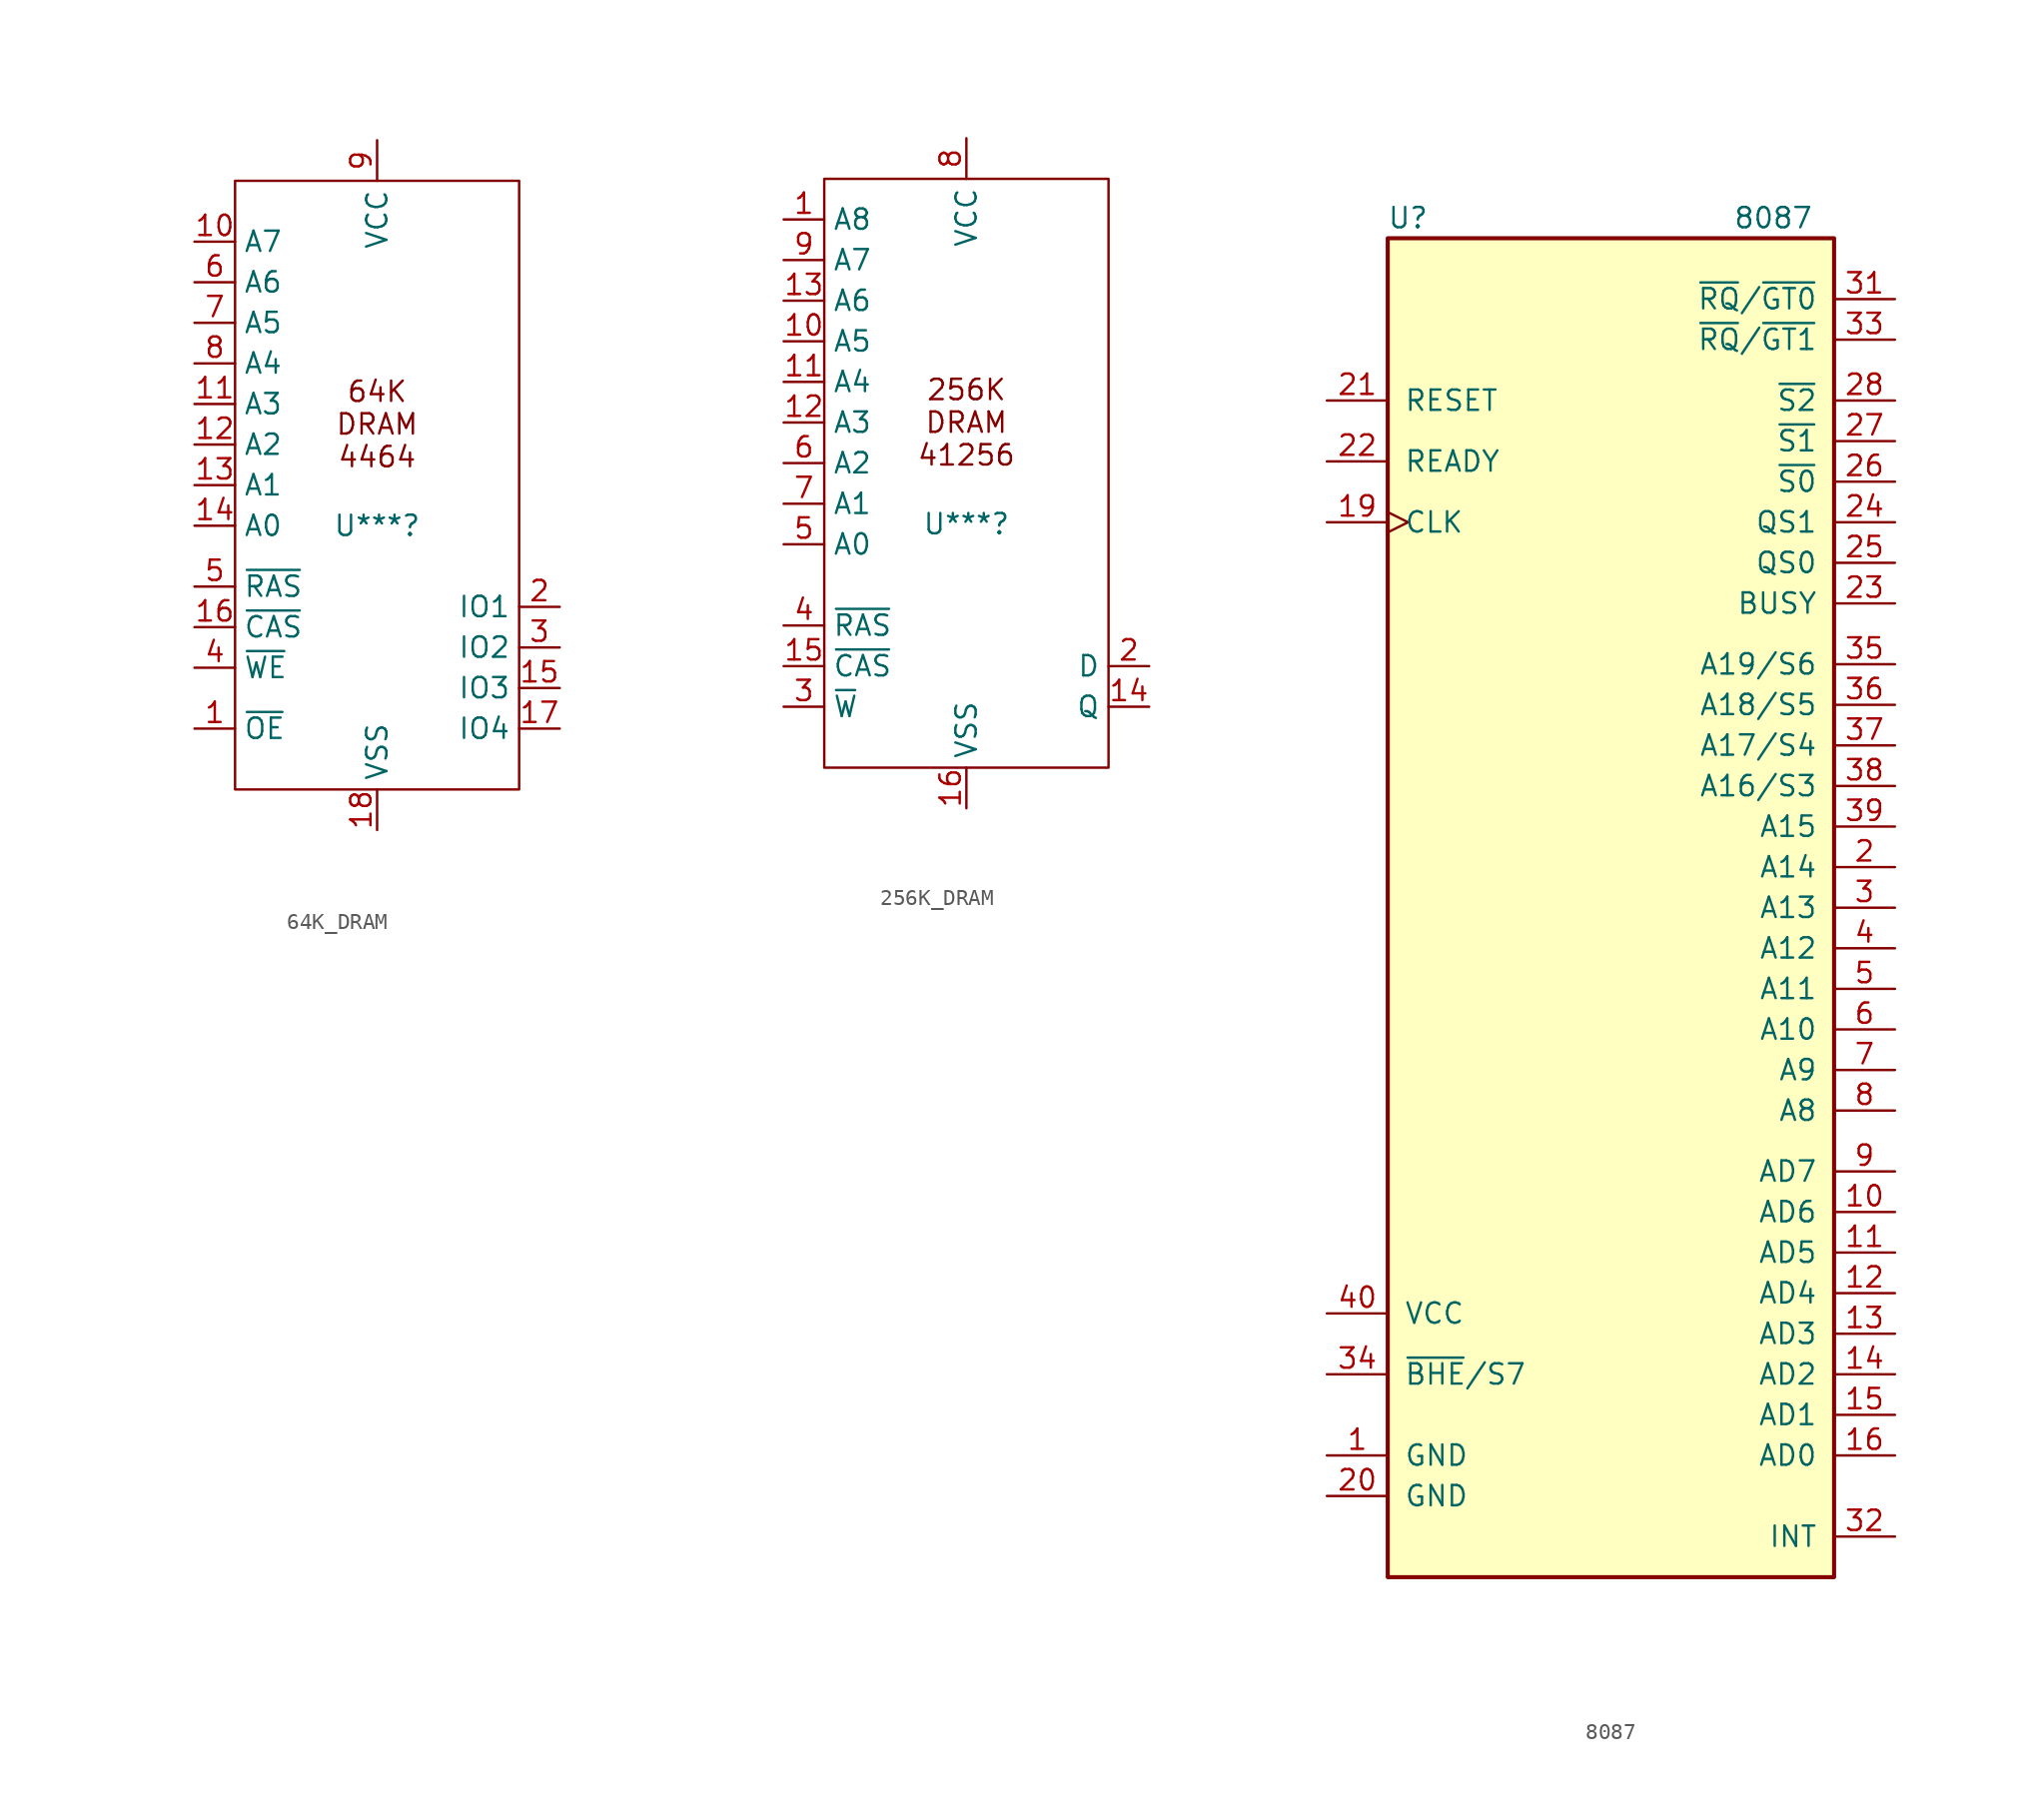
<source format=kicad_sym>
(kicad_symbol_lib
  (version 20220914)
  (generator kicad_symbol_editor)
  (symbol "64K_DRAM"
    (property "Reference" "U***"
      (at 0 -3.81 0)
      (effects (font (size 1.27 1.27))))
    (property "Value" ""
      (at -16.51 -3.81 0)
      (effects (font (size 1.27 1.27))))
    (symbol "64K_DRAM_0_0"
      (pin input line (at -11.43 13.97 0) (length 2.54) (name "A7" (effects (font (size 1.27 1.27)))) (number "10" (effects (font (size 1.27 1.27)))))
      (pin input line (at -11.43 3.81 0) (length 2.54) (name "A3" (effects (font (size 1.27 1.27)))) (number "11" (effects (font (size 1.27 1.27)))))
      (pin input line (at -11.43 1.27 0) (length 2.54) (name "A2" (effects (font (size 1.27 1.27)))) (number "12" (effects (font (size 1.27 1.27)))))
      (pin input line (at -11.43 -1.27 0) (length 2.54) (name "A1" (effects (font (size 1.27 1.27)))) (number "13" (effects (font (size 1.27 1.27)))))
      (pin input line (at -11.43 -10.16 0) (length 2.54) (name "~{CAS}" (effects (font (size 1.27 1.27)))) (number "16" (effects (font (size 1.27 1.27)))))
      (pin power_in line (at 0 -22.86 90) (length 2.54) (name "VSS" (effects (font (size 1.27 1.27)))) (number "18" (effects (font (size 1.27 1.27)))))
      (pin input line (at -11.43 -7.62 0) (length 2.54) (name "~{RAS}" (effects (font (size 1.27 1.27)))) (number "5" (effects (font (size 1.27 1.27)))))
      (pin input line (at -11.43 11.43 0) (length 2.54) (name "A6" (effects (font (size 1.27 1.27)))) (number "6" (effects (font (size 1.27 1.27)))))
      (pin input line (at -11.43 8.89 0) (length 2.54) (name "A5" (effects (font (size 1.27 1.27)))) (number "7" (effects (font (size 1.27 1.27)))))
      (pin input line (at -11.43 6.35 0) (length 2.54) (name "A4" (effects (font (size 1.27 1.27)))) (number "8" (effects (font (size 1.27 1.27)))))
      (pin power_in line (at 0 20.32 270) (length 2.54) (name "VCC" (effects (font (size 1.27 1.27)))) (number "9" (effects (font (size 1.27 1.27))))))
    (symbol "64K_DRAM_0_1"
      (rectangle (start -8.89 17.78) (end 8.89 -20.32) (stroke (width 0) (type default)) (fill (type none))))
    (symbol "64K_DRAM_1_0"
      (pin input line (at -11.43 -16.51 0) (length 2.54) (name "~{OE}" (effects (font (size 1.27 1.27)))) (number "1" (effects (font (size 1.27 1.27)))))
      (pin input line (at -11.43 -3.81 0) (length 2.54) (name "A0" (effects (font (size 1.27 1.27)))) (number "14" (effects (font (size 1.27 1.27)))))
      (pin bidirectional line (at 11.43 -13.97 180) (length 2.54) (name "IO3" (effects (font (size 1.27 1.27)))) (number "15" (effects (font (size 1.27 1.27)))))
      (pin bidirectional line (at 11.43 -16.51 180) (length 2.54) (name "IO4" (effects (font (size 1.27 1.27)))) (number "17" (effects (font (size 1.27 1.27)))))
      (pin bidirectional line (at 11.43 -8.89 180) (length 2.54) (name "IO1" (effects (font (size 1.27 1.27)))) (number "2" (effects (font (size 1.27 1.27)))))
      (pin bidirectional line (at 11.43 -11.43 180) (length 2.54) (name "IO2" (effects (font (size 1.27 1.27)))) (number "3" (effects (font (size 1.27 1.27)))))
      (pin input line (at -11.43 -12.7 0) (length 2.54) (name "~{WE}" (effects (font (size 1.27 1.27)))) (number "4" (effects (font (size 1.27 1.27))))))
    (symbol "64K_DRAM_1_1"
      (text "64K\nDRAM\n4464" (at 0 2.54 0) (effects (font (size 1.27 1.27))))))
  (symbol "256K_DRAM"
    (property "Reference" "U***"
      (at 0 -3.81 0)
      (effects (font (size 1.27 1.27))))
    (property "Value" ""
      (at -15.24 -6.35 0)
      (effects (font (size 1.27 1.27))))
    (symbol "256K_DRAM_0_0"
      (pin input line (at -11.43 7.62 0) (length 2.54) (name "A5" (effects (font (size 1.27 1.27)))) (number "10" (effects (font (size 1.27 1.27)))))
      (pin input line (at -11.43 5.08 0) (length 2.54) (name "A4" (effects (font (size 1.27 1.27)))) (number "11" (effects (font (size 1.27 1.27)))))
      (pin input line (at -11.43 2.54 0) (length 2.54) (name "A3" (effects (font (size 1.27 1.27)))) (number "12" (effects (font (size 1.27 1.27)))))
      (pin input line (at -11.43 10.16 0) (length 2.54) (name "A6" (effects (font (size 1.27 1.27)))) (number "13" (effects (font (size 1.27 1.27)))))
      (pin power_in line (at 0 -21.59 90) (length 2.54) (name "VSS" (effects (font (size 1.27 1.27)))) (number "16" (effects (font (size 1.27 1.27)))))
      (pin input line (at -11.43 -10.16 0) (length 2.54) (name "~{RAS}" (effects (font (size 1.27 1.27)))) (number "4" (effects (font (size 1.27 1.27)))))
      (pin input line (at -11.43 -5.08 0) (length 2.54) (name "A0" (effects (font (size 1.27 1.27)))) (number "5" (effects (font (size 1.27 1.27)))))
      (pin input line (at -11.43 0 0) (length 2.54) (name "A2" (effects (font (size 1.27 1.27)))) (number "6" (effects (font (size 1.27 1.27)))))
      (pin input line (at -11.43 -2.54 0) (length 2.54) (name "A1" (effects (font (size 1.27 1.27)))) (number "7" (effects (font (size 1.27 1.27)))))
      (pin power_in line (at 0 20.32 270) (length 2.54) (name "VCC" (effects (font (size 1.27 1.27)))) (number "8" (effects (font (size 1.27 1.27)))))
      (pin input line (at -11.43 12.7 0) (length 2.54) (name "A7" (effects (font (size 1.27 1.27)))) (number "9" (effects (font (size 1.27 1.27))))))
    (symbol "256K_DRAM_0_1"
      (rectangle (start -8.89 17.78) (end 8.89 -19.05) (stroke (width 0) (type default)) (fill (type none))))
    (symbol "256K_DRAM_1_0"
      (pin input line (at -11.43 15.24 0) (length 2.54) (name "A8" (effects (font (size 1.27 1.27)))) (number "1" (effects (font (size 1.27 1.27)))))
      (pin passive line (at 11.43 -15.24 180) (length 2.54) (name "Q" (effects (font (size 1.27 1.27)))) (number "14" (effects (font (size 1.27 1.27)))))
      (pin input line (at -11.43 -12.7 0) (length 2.54) (name "~{CAS}" (effects (font (size 1.27 1.27)))) (number "15" (effects (font (size 1.27 1.27)))))
      (pin input line (at 11.43 -12.7 180) (length 2.54) (name "D" (effects (font (size 1.27 1.27)))) (number "2" (effects (font (size 1.27 1.27)))))
      (pin input line (at -11.43 -15.24 0) (length 2.54) (name "~{W}" (effects (font (size 1.27 1.27)))) (number "3" (effects (font (size 1.27 1.27))))))
    (symbol "256K_DRAM_1_1"
      (text "256K\nDRAM\n41256" (at 0 2.54 0) (effects (font (size 1.27 1.27))))))
  (symbol "8087"
    (pin_names
      (offset 1.016))
    (property "Reference" "U"
      (at -12.7 43.18 0)
      (effects (font (size 1.27 1.27))))
    (property "Value" "8087"
      (at 10.16 43.18 0)
      (effects (font (size 1.27 1.27))))
    (symbol "8087_0_1"
      (rectangle (start -13.97 41.91) (end 13.97 -41.91) (stroke (width 0.254) (type default)) (fill (type background))))
    (symbol "8087_1_1"
      (pin power_in line (at -17.78 -34.29 0) (length 3.81) (name "GND" (effects (font (size 1.27 1.27)))) (number "1" (effects (font (size 1.27 1.27)))))
      (pin bidirectional line (at 17.78 -19.05 180) (length 3.81) (name "AD6" (effects (font (size 1.27 1.27)))) (number "10" (effects (font (size 1.27 1.27)))))
      (pin bidirectional line (at 17.78 -21.59 180) (length 3.81) (name "AD5" (effects (font (size 1.27 1.27)))) (number "11" (effects (font (size 1.27 1.27)))))
      (pin bidirectional line (at 17.78 -24.13 180) (length 3.81) (name "AD4" (effects (font (size 1.27 1.27)))) (number "12" (effects (font (size 1.27 1.27)))))
      (pin bidirectional line (at 17.78 -26.67 180) (length 3.81) (name "AD3" (effects (font (size 1.27 1.27)))) (number "13" (effects (font (size 1.27 1.27)))))
      (pin bidirectional line (at 17.78 -29.21 180) (length 3.81) (name "AD2" (effects (font (size 1.27 1.27)))) (number "14" (effects (font (size 1.27 1.27)))))
      (pin bidirectional line (at 17.78 -31.75 180) (length 3.81) (name "AD1" (effects (font (size 1.27 1.27)))) (number "15" (effects (font (size 1.27 1.27)))))
      (pin bidirectional line (at 17.78 -34.29 180) (length 3.81) (name "AD0" (effects (font (size 1.27 1.27)))) (number "16" (effects (font (size 1.27 1.27)))))
      (pin no_connect line (at -17.78 8.89 0) (length 3.81) hide (name "NC" (effects (font (size 1.27 1.27)))) (number "17" (effects (font (size 1.27 1.27)))))
      (pin no_connect line (at -17.78 6.35 0) (length 3.81) hide (name "NC" (effects (font (size 1.27 1.27)))) (number "18" (effects (font (size 1.27 1.27)))))
      (pin input clock (at -17.78 24.13 0) (length 3.81) (name "CLK" (effects (font (size 1.27 1.27)))) (number "19" (effects (font (size 1.27 1.27)))))
      (pin bidirectional line (at 17.78 2.54 180) (length 3.81) (name "A14" (effects (font (size 1.27 1.27)))) (number "2" (effects (font (size 1.27 1.27)))))
      (pin power_in line (at -17.78 -36.83 0) (length 3.81) (name "GND" (effects (font (size 1.27 1.27)))) (number "20" (effects (font (size 1.27 1.27)))))
      (pin input line (at -17.78 31.75 0) (length 3.81) (name "RESET" (effects (font (size 1.27 1.27)))) (number "21" (effects (font (size 1.27 1.27)))))
      (pin input line (at -17.78 27.94 0) (length 3.81) (name "READY" (effects (font (size 1.27 1.27)))) (number "22" (effects (font (size 1.27 1.27)))))
      (pin output line (at 17.78 19.05 180) (length 3.81) (name "BUSY" (effects (font (size 1.27 1.27)))) (number "23" (effects (font (size 1.27 1.27)))))
      (pin input line (at 17.78 24.13 180) (length 3.81) (name "QS1" (effects (font (size 1.27 1.27)))) (number "24" (effects (font (size 1.27 1.27)))))
      (pin input line (at 17.78 21.59 180) (length 3.81) (name "QS0" (effects (font (size 1.27 1.27)))) (number "25" (effects (font (size 1.27 1.27)))))
      (pin bidirectional line (at 17.78 26.67 180) (length 3.81) (name "~{S0}" (effects (font (size 1.27 1.27)))) (number "26" (effects (font (size 1.27 1.27)))))
      (pin bidirectional line (at 17.78 29.21 180) (length 3.81) (name "~{S1}" (effects (font (size 1.27 1.27)))) (number "27" (effects (font (size 1.27 1.27)))))
      (pin bidirectional line (at 17.78 31.75 180) (length 3.81) (name "~{S2}" (effects (font (size 1.27 1.27)))) (number "28" (effects (font (size 1.27 1.27)))))
      (pin no_connect line (at -17.78 3.81 0) (length 3.81) hide (name "NC" (effects (font (size 1.27 1.27)))) (number "29" (effects (font (size 1.27 1.27)))))
      (pin bidirectional line (at 17.78 0 180) (length 3.81) (name "A13" (effects (font (size 1.27 1.27)))) (number "3" (effects (font (size 1.27 1.27)))))
      (pin no_connect line (at -17.78 1.27 0) (length 3.81) hide (name "NC" (effects (font (size 1.27 1.27)))) (number "30" (effects (font (size 1.27 1.27)))))
      (pin bidirectional line (at 17.78 38.1 180) (length 3.81) (name "~{RQ}/~{GT0}" (effects (font (size 1.27 1.27)))) (number "31" (effects (font (size 1.27 1.27)))))
      (pin output line (at 17.78 -39.37 180) (length 3.81) (name "INT" (effects (font (size 1.27 1.27)))) (number "32" (effects (font (size 1.27 1.27)))))
      (pin bidirectional line (at 17.78 35.56 180) (length 3.81) (name "~{RQ}/~{GT1}" (effects (font (size 1.27 1.27)))) (number "33" (effects (font (size 1.27 1.27)))))
      (pin passive line (at -17.78 -29.21 0) (length 3.81) (name "~{BHE}/S7" (effects (font (size 1.27 1.27)))) (number "34" (effects (font (size 1.27 1.27)))))
      (pin bidirectional line (at 17.78 15.24 180) (length 3.81) (name "A19/S6" (effects (font (size 1.27 1.27)))) (number "35" (effects (font (size 1.27 1.27)))))
      (pin bidirectional line (at 17.78 12.7 180) (length 3.81) (name "A18/S5" (effects (font (size 1.27 1.27)))) (number "36" (effects (font (size 1.27 1.27)))))
      (pin bidirectional line (at 17.78 10.16 180) (length 3.81) (name "A17/S4" (effects (font (size 1.27 1.27)))) (number "37" (effects (font (size 1.27 1.27)))))
      (pin bidirectional line (at 17.78 7.62 180) (length 3.81) (name "A16/S3" (effects (font (size 1.27 1.27)))) (number "38" (effects (font (size 1.27 1.27)))))
      (pin bidirectional line (at 17.78 5.08 180) (length 3.81) (name "A15" (effects (font (size 1.27 1.27)))) (number "39" (effects (font (size 1.27 1.27)))))
      (pin bidirectional line (at 17.78 -2.54 180) (length 3.81) (name "A12" (effects (font (size 1.27 1.27)))) (number "4" (effects (font (size 1.27 1.27)))))
      (pin power_in line (at -17.78 -25.4 0) (length 3.81) (name "VCC" (effects (font (size 1.27 1.27)))) (number "40" (effects (font (size 1.27 1.27)))))
      (pin bidirectional line (at 17.78 -5.08 180) (length 3.81) (name "A11" (effects (font (size 1.27 1.27)))) (number "5" (effects (font (size 1.27 1.27)))))
      (pin bidirectional line (at 17.78 -7.62 180) (length 3.81) (name "A10" (effects (font (size 1.27 1.27)))) (number "6" (effects (font (size 1.27 1.27)))))
      (pin bidirectional line (at 17.78 -10.16 180) (length 3.81) (name "A9" (effects (font (size 1.27 1.27)))) (number "7" (effects (font (size 1.27 1.27)))))
      (pin bidirectional line (at 17.78 -12.7 180) (length 3.81) (name "A8" (effects (font (size 1.27 1.27)))) (number "8" (effects (font (size 1.27 1.27)))))
      (pin bidirectional line (at 17.78 -16.51 180) (length 3.81) (name "AD7" (effects (font (size 1.27 1.27)))) (number "9" (effects (font (size 1.27 1.27))))))))
</source>
